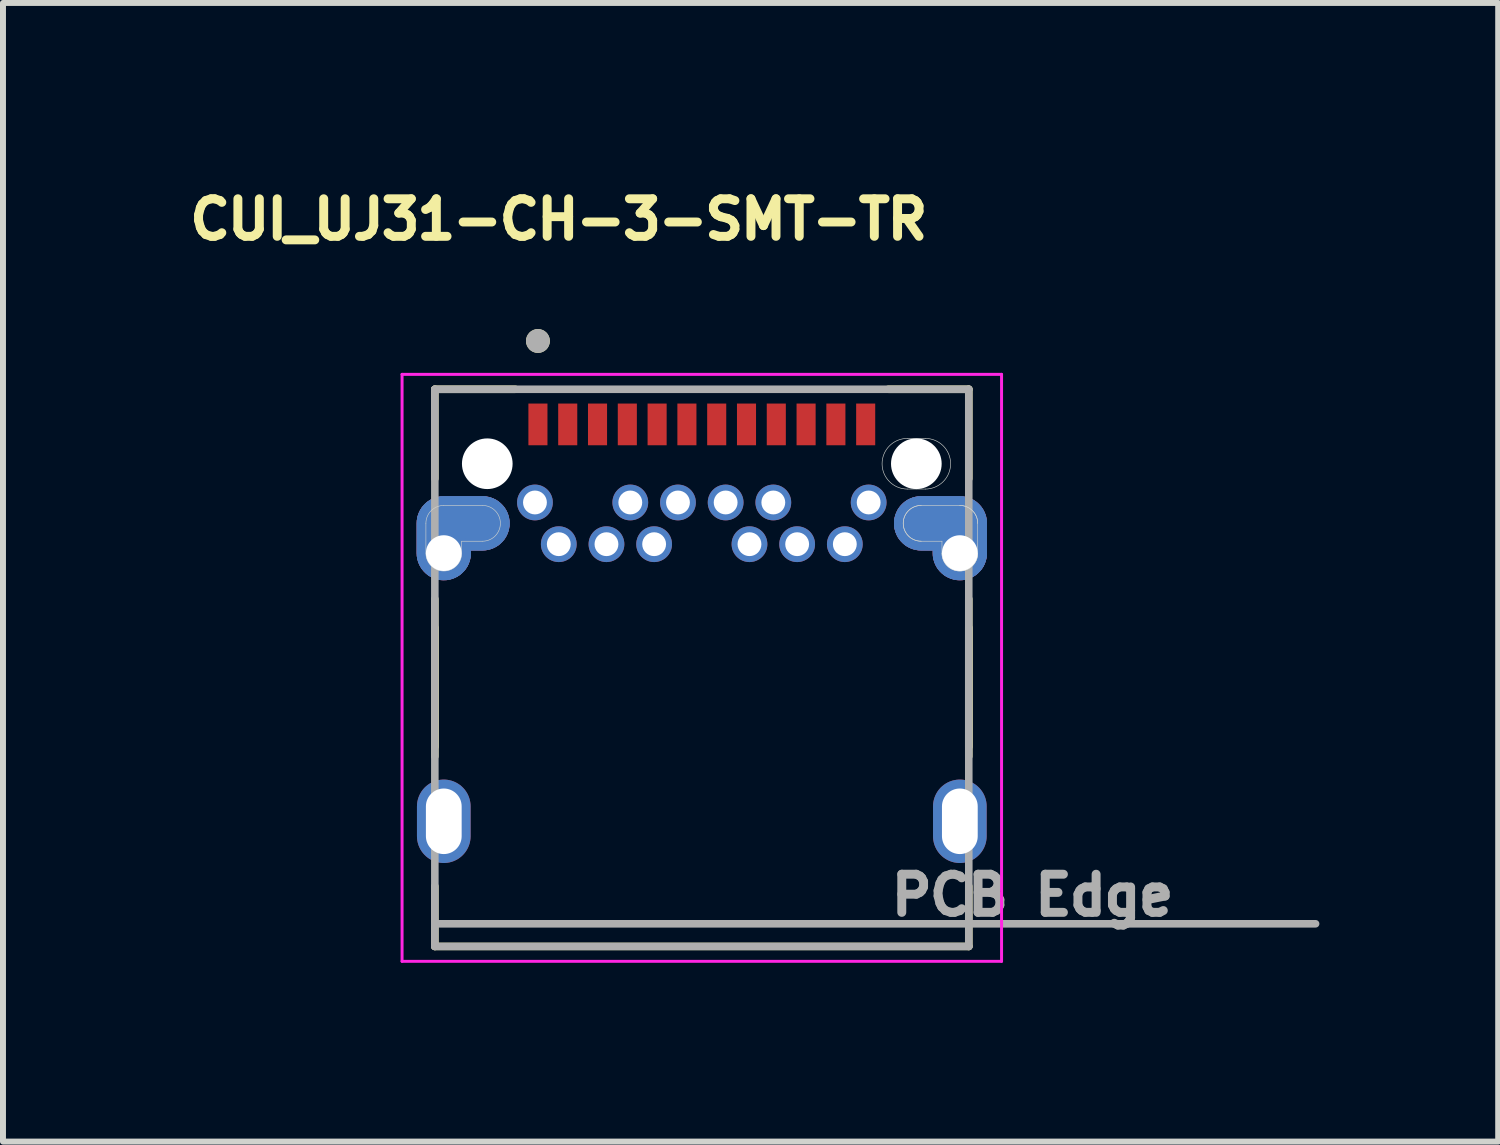
<source format=kicad_pcb>
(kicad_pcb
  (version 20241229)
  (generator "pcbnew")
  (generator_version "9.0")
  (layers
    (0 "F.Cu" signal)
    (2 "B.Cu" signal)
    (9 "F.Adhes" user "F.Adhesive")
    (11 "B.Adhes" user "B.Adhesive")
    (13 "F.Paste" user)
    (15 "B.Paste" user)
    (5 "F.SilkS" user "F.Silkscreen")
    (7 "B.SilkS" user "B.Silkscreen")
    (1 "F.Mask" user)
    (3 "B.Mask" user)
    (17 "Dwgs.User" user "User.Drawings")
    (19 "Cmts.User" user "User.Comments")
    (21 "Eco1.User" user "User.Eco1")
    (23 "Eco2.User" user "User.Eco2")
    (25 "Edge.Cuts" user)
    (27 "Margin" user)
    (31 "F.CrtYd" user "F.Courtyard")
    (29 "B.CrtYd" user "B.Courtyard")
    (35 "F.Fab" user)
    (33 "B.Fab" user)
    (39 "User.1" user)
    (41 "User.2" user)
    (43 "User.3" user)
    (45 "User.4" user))
  (footprint "CUI_UJ31-CH-3-SMT-TR"
    (layer "F.Cu")
    (at 8.727 8.157)
    (property "Reference" "CUI_UJ31-CH-3-SMT-TR" (at -2.4 -7.525 0) (layer "F.SilkS") (effects (font (size 0.63 0.63) (thickness 0.15))))
    (attr through_hole)
    (fp_poly (pts (xy -3.68 -2.875) (xy -3.633 -2.873) (xy -3.586 -2.865) (xy -3.541 -2.853) (xy -3.497 -2.836) (xy -3.455 -2.815) (xy -3.415 -2.789) (xy -3.379 -2.759) (xy -3.346 -2.726) (xy -3.316 -2.69) (xy -3.29 -2.65) (xy -3.269 -2.608) (xy -3.252 -2.564) (xy -3.24 -2.519) (xy -3.232 -2.472) (xy -3.23 -2.425) (xy -3.232 -2.378) (xy -3.24 -2.331) (xy -3.252 -2.286) (xy -3.269 -2.242) (xy -3.29 -2.2) (xy -3.316 -2.16) (xy -3.346 -2.124) (xy -3.379 -2.091) (xy -3.415 -2.061) (xy -3.455 -2.035) (xy -3.497 -2.014) (xy -3.541 -1.997) (xy -3.586 -1.985) (xy -3.633 -1.977) (xy -3.68 -1.975) (xy -3.88 -1.975) (xy -3.88 -1.925) (xy -3.882 -1.878) (xy -3.89 -1.831) (xy -3.902 -1.786) (xy -3.919 -1.742) (xy -3.94 -1.7) (xy -3.966 -1.66) (xy -3.996 -1.624) (xy -4.029 -1.591) (xy -4.065 -1.561) (xy -4.105 -1.535) (xy -4.147 -1.514) (xy -4.191 -1.497) (xy -4.236 -1.485) (xy -4.283 -1.477) (xy -4.33 -1.475) (xy -4.377 -1.477) (xy -4.424 -1.485) (xy -4.469 -1.497) (xy -4.513 -1.514) (xy -4.555 -1.535) (xy -4.595 -1.561) (xy -4.631 -1.591) (xy -4.664 -1.624) (xy -4.694 -1.66) (xy -4.72 -1.7) (xy -4.741 -1.742) (xy -4.758 -1.786) (xy -4.77 -1.831) (xy -4.778 -1.878) (xy -4.78 -1.925) (xy -4.78 -2.425) (xy -4.779 -2.449) (xy -4.778 -2.472) (xy -4.774 -2.495) (xy -4.77 -2.519) (xy -4.765 -2.541) (xy -4.758 -2.564) (xy -4.75 -2.586) (xy -4.741 -2.608) (xy -4.731 -2.629) (xy -4.72 -2.65) (xy -4.707 -2.67) (xy -4.694 -2.69) (xy -4.68 -2.708) (xy -4.664 -2.726) (xy -4.648 -2.743) (xy -4.631 -2.759) (xy -4.613 -2.775) (xy -4.595 -2.789) (xy -4.575 -2.802) (xy -4.555 -2.815) (xy -4.534 -2.826) (xy -4.513 -2.836) (xy -4.491 -2.845) (xy -4.469 -2.853) (xy -4.446 -2.86) (xy -4.424 -2.865) (xy -4.4 -2.869) (xy -4.377 -2.873) (xy -4.354 -2.874) (xy -4.33 -2.875) (xy -3.68 -2.875)) (stroke (width 0.01) (type solid)) (fill yes) (layer "F.Cu"))
    (fp_poly (pts (xy -3.68 -2.875) (xy -3.633 -2.873) (xy -3.586 -2.865) (xy -3.541 -2.853) (xy -3.497 -2.836) (xy -3.455 -2.815) (xy -3.415 -2.789) (xy -3.379 -2.759) (xy -3.346 -2.726) (xy -3.316 -2.69) (xy -3.29 -2.65) (xy -3.269 -2.608) (xy -3.252 -2.564) (xy -3.24 -2.519) (xy -3.232 -2.472) (xy -3.23 -2.425) (xy -3.232 -2.378) (xy -3.24 -2.331) (xy -3.252 -2.286) (xy -3.269 -2.242) (xy -3.29 -2.2) (xy -3.316 -2.16) (xy -3.346 -2.124) (xy -3.379 -2.091) (xy -3.415 -2.061) (xy -3.455 -2.035) (xy -3.497 -2.014) (xy -3.541 -1.997) (xy -3.586 -1.985) (xy -3.633 -1.977) (xy -3.68 -1.975) (xy -3.88 -1.975) (xy -3.88 -1.925) (xy -3.882 -1.878) (xy -3.89 -1.831) (xy -3.902 -1.786) (xy -3.919 -1.742) (xy -3.94 -1.7) (xy -3.966 -1.66) (xy -3.996 -1.624) (xy -4.029 -1.591) (xy -4.065 -1.561) (xy -4.105 -1.535) (xy -4.147 -1.514) (xy -4.191 -1.497) (xy -4.236 -1.485) (xy -4.283 -1.477) (xy -4.33 -1.475) (xy -4.377 -1.477) (xy -4.424 -1.485) (xy -4.469 -1.497) (xy -4.513 -1.514) (xy -4.555 -1.535) (xy -4.595 -1.561) (xy -4.631 -1.591) (xy -4.664 -1.624) (xy -4.694 -1.66) (xy -4.72 -1.7) (xy -4.741 -1.742) (xy -4.758 -1.786) (xy -4.77 -1.831) (xy -4.778 -1.878) (xy -4.78 -1.925) (xy -4.78 -2.425) (xy -4.779 -2.449) (xy -4.778 -2.472) (xy -4.774 -2.495) (xy -4.77 -2.519) (xy -4.765 -2.541) (xy -4.758 -2.564) (xy -4.75 -2.586) (xy -4.741 -2.608) (xy -4.731 -2.629) (xy -4.72 -2.65) (xy -4.707 -2.67) (xy -4.694 -2.69) (xy -4.68 -2.708) (xy -4.664 -2.726) (xy -4.648 -2.743) (xy -4.631 -2.759) (xy -4.613 -2.775) (xy -4.595 -2.789) (xy -4.575 -2.802) (xy -4.555 -2.815) (xy -4.534 -2.826) (xy -4.513 -2.836) (xy -4.491 -2.845) (xy -4.469 -2.853) (xy -4.446 -2.86) (xy -4.424 -2.865) (xy -4.4 -2.869) (xy -4.377 -2.873) (xy -4.354 -2.874) (xy -4.33 -2.875) (xy -3.68 -2.875)) (stroke (width 0.01) (type solid)) (fill yes) (layer "F.Cu"))
    (fp_poly (pts (xy 3.68 -2.875) (xy 3.633 -2.873) (xy 3.586 -2.865) (xy 3.541 -2.853) (xy 3.497 -2.836) (xy 3.455 -2.815) (xy 3.415 -2.789) (xy 3.379 -2.759) (xy 3.346 -2.726) (xy 3.316 -2.69) (xy 3.29 -2.65) (xy 3.269 -2.608) (xy 3.252 -2.564) (xy 3.24 -2.519) (xy 3.232 -2.472) (xy 3.23 -2.425) (xy 3.232 -2.378) (xy 3.24 -2.331) (xy 3.252 -2.286) (xy 3.269 -2.242) (xy 3.29 -2.2) (xy 3.316 -2.16) (xy 3.346 -2.124) (xy 3.379 -2.091) (xy 3.415 -2.061) (xy 3.455 -2.035) (xy 3.497 -2.014) (xy 3.541 -1.997) (xy 3.586 -1.985) (xy 3.633 -1.977) (xy 3.68 -1.975) (xy 3.88 -1.975) (xy 3.88 -1.925) (xy 3.882 -1.878) (xy 3.89 -1.831) (xy 3.902 -1.786) (xy 3.919 -1.742) (xy 3.94 -1.7) (xy 3.966 -1.66) (xy 3.996 -1.624) (xy 4.029 -1.591) (xy 4.065 -1.561) (xy 4.105 -1.535) (xy 4.147 -1.514) (xy 4.191 -1.497) (xy 4.236 -1.485) (xy 4.283 -1.477) (xy 4.33 -1.475) (xy 4.377 -1.477) (xy 4.424 -1.485) (xy 4.469 -1.497) (xy 4.513 -1.514) (xy 4.555 -1.535) (xy 4.595 -1.561) (xy 4.631 -1.591) (xy 4.664 -1.624) (xy 4.694 -1.66) (xy 4.72 -1.7) (xy 4.741 -1.742) (xy 4.758 -1.786) (xy 4.77 -1.831) (xy 4.778 -1.878) (xy 4.78 -1.925) (xy 4.78 -2.425) (xy 4.779 -2.449) (xy 4.778 -2.472) (xy 4.774 -2.495) (xy 4.77 -2.519) (xy 4.765 -2.541) (xy 4.758 -2.564) (xy 4.75 -2.586) (xy 4.741 -2.608) (xy 4.731 -2.629) (xy 4.72 -2.65) (xy 4.707 -2.67) (xy 4.694 -2.69) (xy 4.68 -2.708) (xy 4.664 -2.726) (xy 4.648 -2.743) (xy 4.631 -2.759) (xy 4.613 -2.775) (xy 4.595 -2.789) (xy 4.575 -2.802) (xy 4.555 -2.815) (xy 4.534 -2.826) (xy 4.513 -2.836) (xy 4.491 -2.845) (xy 4.469 -2.853) (xy 4.446 -2.86) (xy 4.424 -2.865) (xy 4.4 -2.869) (xy 4.377 -2.873) (xy 4.354 -2.874) (xy 4.33 -2.875) (xy 3.68 -2.875)) (stroke (width 0.01) (type solid)) (fill yes) (layer "F.Cu"))
    (fp_poly (pts (xy 3.68 -2.875) (xy 3.633 -2.873) (xy 3.586 -2.865) (xy 3.541 -2.853) (xy 3.497 -2.836) (xy 3.455 -2.815) (xy 3.415 -2.789) (xy 3.379 -2.759) (xy 3.346 -2.726) (xy 3.316 -2.69) (xy 3.29 -2.65) (xy 3.269 -2.608) (xy 3.252 -2.564) (xy 3.24 -2.519) (xy 3.232 -2.472) (xy 3.23 -2.425) (xy 3.232 -2.378) (xy 3.24 -2.331) (xy 3.252 -2.286) (xy 3.269 -2.242) (xy 3.29 -2.2) (xy 3.316 -2.16) (xy 3.346 -2.124) (xy 3.379 -2.091) (xy 3.415 -2.061) (xy 3.455 -2.035) (xy 3.497 -2.014) (xy 3.541 -1.997) (xy 3.586 -1.985) (xy 3.633 -1.977) (xy 3.68 -1.975) (xy 3.88 -1.975) (xy 3.88 -1.925) (xy 3.882 -1.878) (xy 3.89 -1.831) (xy 3.902 -1.786) (xy 3.919 -1.742) (xy 3.94 -1.7) (xy 3.966 -1.66) (xy 3.996 -1.624) (xy 4.029 -1.591) (xy 4.065 -1.561) (xy 4.105 -1.535) (xy 4.147 -1.514) (xy 4.191 -1.497) (xy 4.236 -1.485) (xy 4.283 -1.477) (xy 4.33 -1.475) (xy 4.377 -1.477) (xy 4.424 -1.485) (xy 4.469 -1.497) (xy 4.513 -1.514) (xy 4.555 -1.535) (xy 4.595 -1.561) (xy 4.631 -1.591) (xy 4.664 -1.624) (xy 4.694 -1.66) (xy 4.72 -1.7) (xy 4.741 -1.742) (xy 4.758 -1.786) (xy 4.77 -1.831) (xy 4.778 -1.878) (xy 4.78 -1.925) (xy 4.78 -2.425) (xy 4.779 -2.449) (xy 4.778 -2.472) (xy 4.774 -2.495) (xy 4.77 -2.519) (xy 4.765 -2.541) (xy 4.758 -2.564) (xy 4.75 -2.586) (xy 4.741 -2.608) (xy 4.731 -2.629) (xy 4.72 -2.65) (xy 4.707 -2.67) (xy 4.694 -2.69) (xy 4.68 -2.708) (xy 4.664 -2.726) (xy 4.648 -2.743) (xy 4.631 -2.759) (xy 4.613 -2.775) (xy 4.595 -2.789) (xy 4.575 -2.802) (xy 4.555 -2.815) (xy 4.534 -2.826) (xy 4.513 -2.836) (xy 4.491 -2.845) (xy 4.469 -2.853) (xy 4.446 -2.86) (xy 4.424 -2.865) (xy 4.4 -2.869) (xy 4.377 -2.873) (xy 4.354 -2.874) (xy 4.33 -2.875) (xy 3.68 -2.875)) (stroke (width 0.01) (type solid)) (fill yes) (layer "F.Cu"))
    (fp_poly (pts (xy -3.68 -2.975) (xy -3.623 -2.972) (xy -3.566 -2.963) (xy -3.51 -2.948) (xy -3.456 -2.927) (xy -3.405 -2.901) (xy -3.357 -2.87) (xy -3.312 -2.834) (xy -3.271 -2.793) (xy -3.235 -2.748) (xy -3.204 -2.7) (xy -3.178 -2.649) (xy -3.157 -2.595) (xy -3.142 -2.539) (xy -3.133 -2.482) (xy -3.13 -2.425) (xy -3.133 -2.368) (xy -3.142 -2.311) (xy -3.157 -2.255) (xy -3.178 -2.201) (xy -3.204 -2.15) (xy -3.235 -2.102) (xy -3.271 -2.057) (xy -3.312 -2.016) (xy -3.357 -1.98) (xy -3.405 -1.949) (xy -3.456 -1.923) (xy -3.51 -1.902) (xy -3.566 -1.887) (xy -3.623 -1.878) (xy -3.68 -1.875) (xy -3.78 -1.875) (xy -3.786 -1.814) (xy -3.798 -1.758) (xy -3.816 -1.703) (xy -3.839 -1.65) (xy -3.868 -1.6) (xy -3.902 -1.554) (xy -3.941 -1.511) (xy -3.984 -1.472) (xy -4.03 -1.438) (xy -4.08 -1.409) (xy -4.133 -1.386) (xy -4.188 -1.368) (xy -4.244 -1.356) (xy -4.301 -1.35) (xy -4.359 -1.35) (xy -4.416 -1.356) (xy -4.472 -1.368) (xy -4.527 -1.386) (xy -4.58 -1.409) (xy -4.63 -1.438) (xy -4.676 -1.472) (xy -4.719 -1.511) (xy -4.758 -1.554) (xy -4.792 -1.6) (xy -4.821 -1.65) (xy -4.844 -1.703) (xy -4.862 -1.758) (xy -4.874 -1.814) (xy -4.88 -1.871) (xy -4.88 -1.925) (xy -4.88 -2.425) (xy -4.879 -2.454) (xy -4.877 -2.482) (xy -4.873 -2.511) (xy -4.868 -2.539) (xy -4.861 -2.567) (xy -4.853 -2.595) (xy -4.843 -2.622) (xy -4.832 -2.649) (xy -4.82 -2.675) (xy -4.806 -2.7) (xy -4.791 -2.725) (xy -4.775 -2.748) (xy -4.757 -2.771) (xy -4.739 -2.793) (xy -4.719 -2.814) (xy -4.698 -2.834) (xy -4.676 -2.852) (xy -4.653 -2.87) (xy -4.63 -2.886) (xy -4.605 -2.901) (xy -4.58 -2.915) (xy -4.554 -2.927) (xy -4.527 -2.938) (xy -4.5 -2.948) (xy -4.472 -2.956) (xy -4.444 -2.963) (xy -4.416 -2.968) (xy -4.387 -2.972) (xy -4.359 -2.974) (xy -4.33 -2.975) (xy -3.68 -2.975)) (stroke (width 0.01) (type solid)) (fill yes) (layer "F.Mask"))
    (fp_poly (pts (xy 3.68 -2.975) (xy 3.623 -2.972) (xy 3.566 -2.963) (xy 3.51 -2.948) (xy 3.456 -2.927) (xy 3.405 -2.901) (xy 3.357 -2.87) (xy 3.312 -2.834) (xy 3.271 -2.793) (xy 3.235 -2.748) (xy 3.204 -2.7) (xy 3.178 -2.649) (xy 3.157 -2.595) (xy 3.142 -2.539) (xy 3.133 -2.482) (xy 3.13 -2.425) (xy 3.133 -2.368) (xy 3.142 -2.311) (xy 3.157 -2.255) (xy 3.178 -2.201) (xy 3.204 -2.15) (xy 3.235 -2.102) (xy 3.271 -2.057) (xy 3.312 -2.016) (xy 3.357 -1.98) (xy 3.405 -1.949) (xy 3.456 -1.923) (xy 3.51 -1.902) (xy 3.566 -1.887) (xy 3.623 -1.878) (xy 3.68 -1.875) (xy 3.78 -1.875) (xy 3.786 -1.814) (xy 3.798 -1.758) (xy 3.816 -1.703) (xy 3.839 -1.65) (xy 3.868 -1.6) (xy 3.902 -1.554) (xy 3.941 -1.511) (xy 3.984 -1.472) (xy 4.03 -1.438) (xy 4.08 -1.409) (xy 4.133 -1.386) (xy 4.188 -1.368) (xy 4.244 -1.356) (xy 4.301 -1.35) (xy 4.359 -1.35) (xy 4.416 -1.356) (xy 4.472 -1.368) (xy 4.527 -1.386) (xy 4.58 -1.409) (xy 4.63 -1.438) (xy 4.676 -1.472) (xy 4.719 -1.511) (xy 4.758 -1.554) (xy 4.792 -1.6) (xy 4.821 -1.65) (xy 4.844 -1.703) (xy 4.862 -1.758) (xy 4.874 -1.814) (xy 4.88 -1.871) (xy 4.88 -1.925) (xy 4.88 -2.425) (xy 4.879 -2.454) (xy 4.877 -2.482) (xy 4.873 -2.511) (xy 4.868 -2.539) (xy 4.861 -2.567) (xy 4.853 -2.595) (xy 4.843 -2.622) (xy 4.832 -2.649) (xy 4.82 -2.675) (xy 4.806 -2.7) (xy 4.791 -2.725) (xy 4.775 -2.748) (xy 4.757 -2.771) (xy 4.739 -2.793) (xy 4.719 -2.814) (xy 4.698 -2.834) (xy 4.676 -2.852) (xy 4.653 -2.87) (xy 4.63 -2.886) (xy 4.605 -2.901) (xy 4.58 -2.915) (xy 4.554 -2.927) (xy 4.527 -2.938) (xy 4.5 -2.948) (xy 4.472 -2.956) (xy 4.444 -2.963) (xy 4.416 -2.968) (xy 4.387 -2.972) (xy 4.359 -2.974) (xy 4.33 -2.975) (xy 3.68 -2.975)) (stroke (width 0.01) (type solid)) (fill yes) (layer "F.Mask"))
    (fp_poly (pts (xy -3.68 -2.875) (xy -3.633 -2.873) (xy -3.586 -2.865) (xy -3.541 -2.853) (xy -3.497 -2.836) (xy -3.455 -2.815) (xy -3.415 -2.789) (xy -3.379 -2.759) (xy -3.346 -2.726) (xy -3.316 -2.69) (xy -3.29 -2.65) (xy -3.269 -2.608) (xy -3.252 -2.564) (xy -3.24 -2.519) (xy -3.232 -2.472) (xy -3.23 -2.425) (xy -3.232 -2.378) (xy -3.24 -2.331) (xy -3.252 -2.286) (xy -3.269 -2.242) (xy -3.29 -2.2) (xy -3.316 -2.16) (xy -3.346 -2.124) (xy -3.379 -2.091) (xy -3.415 -2.061) (xy -3.455 -2.035) (xy -3.497 -2.014) (xy -3.541 -1.997) (xy -3.586 -1.985) (xy -3.633 -1.977) (xy -3.68 -1.975) (xy -3.88 -1.975) (xy -3.88 -1.925) (xy -3.882 -1.878) (xy -3.89 -1.831) (xy -3.902 -1.786) (xy -3.919 -1.742) (xy -3.94 -1.7) (xy -3.966 -1.66) (xy -3.996 -1.624) (xy -4.029 -1.591) (xy -4.065 -1.561) (xy -4.105 -1.535) (xy -4.147 -1.514) (xy -4.191 -1.497) (xy -4.236 -1.485) (xy -4.283 -1.477) (xy -4.33 -1.475) (xy -4.377 -1.477) (xy -4.424 -1.485) (xy -4.469 -1.497) (xy -4.513 -1.514) (xy -4.555 -1.535) (xy -4.595 -1.561) (xy -4.631 -1.591) (xy -4.664 -1.624) (xy -4.694 -1.66) (xy -4.72 -1.7) (xy -4.741 -1.742) (xy -4.758 -1.786) (xy -4.77 -1.831) (xy -4.778 -1.878) (xy -4.78 -1.925) (xy -4.78 -2.425) (xy -4.779 -2.449) (xy -4.778 -2.472) (xy -4.774 -2.495) (xy -4.77 -2.519) (xy -4.765 -2.541) (xy -4.758 -2.564) (xy -4.75 -2.586) (xy -4.741 -2.608) (xy -4.731 -2.629) (xy -4.72 -2.65) (xy -4.707 -2.67) (xy -4.694 -2.69) (xy -4.68 -2.708) (xy -4.664 -2.726) (xy -4.648 -2.743) (xy -4.631 -2.759) (xy -4.613 -2.775) (xy -4.595 -2.789) (xy -4.575 -2.802) (xy -4.555 -2.815) (xy -4.534 -2.826) (xy -4.513 -2.836) (xy -4.491 -2.845) (xy -4.469 -2.853) (xy -4.446 -2.86) (xy -4.424 -2.865) (xy -4.4 -2.869) (xy -4.377 -2.873) (xy -4.354 -2.874) (xy -4.33 -2.875) (xy -3.68 -2.875)) (stroke (width 0.01) (type solid)) (fill yes) (layer "B.Cu"))
    (fp_poly (pts (xy -3.68 -2.875) (xy -3.633 -2.873) (xy -3.586 -2.865) (xy -3.541 -2.853) (xy -3.497 -2.836) (xy -3.455 -2.815) (xy -3.415 -2.789) (xy -3.379 -2.759) (xy -3.346 -2.726) (xy -3.316 -2.69) (xy -3.29 -2.65) (xy -3.269 -2.608) (xy -3.252 -2.564) (xy -3.24 -2.519) (xy -3.232 -2.472) (xy -3.23 -2.425) (xy -3.232 -2.378) (xy -3.24 -2.331) (xy -3.252 -2.286) (xy -3.269 -2.242) (xy -3.29 -2.2) (xy -3.316 -2.16) (xy -3.346 -2.124) (xy -3.379 -2.091) (xy -3.415 -2.061) (xy -3.455 -2.035) (xy -3.497 -2.014) (xy -3.541 -1.997) (xy -3.586 -1.985) (xy -3.633 -1.977) (xy -3.68 -1.975) (xy -3.88 -1.975) (xy -3.88 -1.925) (xy -3.882 -1.878) (xy -3.89 -1.831) (xy -3.902 -1.786) (xy -3.919 -1.742) (xy -3.94 -1.7) (xy -3.966 -1.66) (xy -3.996 -1.624) (xy -4.029 -1.591) (xy -4.065 -1.561) (xy -4.105 -1.535) (xy -4.147 -1.514) (xy -4.191 -1.497) (xy -4.236 -1.485) (xy -4.283 -1.477) (xy -4.33 -1.475) (xy -4.377 -1.477) (xy -4.424 -1.485) (xy -4.469 -1.497) (xy -4.513 -1.514) (xy -4.555 -1.535) (xy -4.595 -1.561) (xy -4.631 -1.591) (xy -4.664 -1.624) (xy -4.694 -1.66) (xy -4.72 -1.7) (xy -4.741 -1.742) (xy -4.758 -1.786) (xy -4.77 -1.831) (xy -4.778 -1.878) (xy -4.78 -1.925) (xy -4.78 -2.425) (xy -4.779 -2.449) (xy -4.778 -2.472) (xy -4.774 -2.495) (xy -4.77 -2.519) (xy -4.765 -2.541) (xy -4.758 -2.564) (xy -4.75 -2.586) (xy -4.741 -2.608) (xy -4.731 -2.629) (xy -4.72 -2.65) (xy -4.707 -2.67) (xy -4.694 -2.69) (xy -4.68 -2.708) (xy -4.664 -2.726) (xy -4.648 -2.743) (xy -4.631 -2.759) (xy -4.613 -2.775) (xy -4.595 -2.789) (xy -4.575 -2.802) (xy -4.555 -2.815) (xy -4.534 -2.826) (xy -4.513 -2.836) (xy -4.491 -2.845) (xy -4.469 -2.853) (xy -4.446 -2.86) (xy -4.424 -2.865) (xy -4.4 -2.869) (xy -4.377 -2.873) (xy -4.354 -2.874) (xy -4.33 -2.875) (xy -3.68 -2.875)) (stroke (width 0.01) (type solid)) (fill yes) (layer "B.Cu"))
    (fp_poly (pts (xy 3.68 -2.875) (xy 3.633 -2.873) (xy 3.586 -2.865) (xy 3.541 -2.853) (xy 3.497 -2.836) (xy 3.455 -2.815) (xy 3.415 -2.789) (xy 3.379 -2.759) (xy 3.346 -2.726) (xy 3.316 -2.69) (xy 3.29 -2.65) (xy 3.269 -2.608) (xy 3.252 -2.564) (xy 3.24 -2.519) (xy 3.232 -2.472) (xy 3.23 -2.425) (xy 3.232 -2.378) (xy 3.24 -2.331) (xy 3.252 -2.286) (xy 3.269 -2.242) (xy 3.29 -2.2) (xy 3.316 -2.16) (xy 3.346 -2.124) (xy 3.379 -2.091) (xy 3.415 -2.061) (xy 3.455 -2.035) (xy 3.497 -2.014) (xy 3.541 -1.997) (xy 3.586 -1.985) (xy 3.633 -1.977) (xy 3.68 -1.975) (xy 3.88 -1.975) (xy 3.88 -1.925) (xy 3.882 -1.878) (xy 3.89 -1.831) (xy 3.902 -1.786) (xy 3.919 -1.742) (xy 3.94 -1.7) (xy 3.966 -1.66) (xy 3.996 -1.624) (xy 4.029 -1.591) (xy 4.065 -1.561) (xy 4.105 -1.535) (xy 4.147 -1.514) (xy 4.191 -1.497) (xy 4.236 -1.485) (xy 4.283 -1.477) (xy 4.33 -1.475) (xy 4.377 -1.477) (xy 4.424 -1.485) (xy 4.469 -1.497) (xy 4.513 -1.514) (xy 4.555 -1.535) (xy 4.595 -1.561) (xy 4.631 -1.591) (xy 4.664 -1.624) (xy 4.694 -1.66) (xy 4.72 -1.7) (xy 4.741 -1.742) (xy 4.758 -1.786) (xy 4.77 -1.831) (xy 4.778 -1.878) (xy 4.78 -1.925) (xy 4.78 -2.425) (xy 4.779 -2.449) (xy 4.778 -2.472) (xy 4.774 -2.495) (xy 4.77 -2.519) (xy 4.765 -2.541) (xy 4.758 -2.564) (xy 4.75 -2.586) (xy 4.741 -2.608) (xy 4.731 -2.629) (xy 4.72 -2.65) (xy 4.707 -2.67) (xy 4.694 -2.69) (xy 4.68 -2.708) (xy 4.664 -2.726) (xy 4.648 -2.743) (xy 4.631 -2.759) (xy 4.613 -2.775) (xy 4.595 -2.789) (xy 4.575 -2.802) (xy 4.555 -2.815) (xy 4.534 -2.826) (xy 4.513 -2.836) (xy 4.491 -2.845) (xy 4.469 -2.853) (xy 4.446 -2.86) (xy 4.424 -2.865) (xy 4.4 -2.869) (xy 4.377 -2.873) (xy 4.354 -2.874) (xy 4.33 -2.875) (xy 3.68 -2.875)) (stroke (width 0.01) (type solid)) (fill yes) (layer "B.Cu"))
    (fp_poly (pts (xy 3.68 -2.875) (xy 3.633 -2.873) (xy 3.586 -2.865) (xy 3.541 -2.853) (xy 3.497 -2.836) (xy 3.455 -2.815) (xy 3.415 -2.789) (xy 3.379 -2.759) (xy 3.346 -2.726) (xy 3.316 -2.69) (xy 3.29 -2.65) (xy 3.269 -2.608) (xy 3.252 -2.564) (xy 3.24 -2.519) (xy 3.232 -2.472) (xy 3.23 -2.425) (xy 3.232 -2.378) (xy 3.24 -2.331) (xy 3.252 -2.286) (xy 3.269 -2.242) (xy 3.29 -2.2) (xy 3.316 -2.16) (xy 3.346 -2.124) (xy 3.379 -2.091) (xy 3.415 -2.061) (xy 3.455 -2.035) (xy 3.497 -2.014) (xy 3.541 -1.997) (xy 3.586 -1.985) (xy 3.633 -1.977) (xy 3.68 -1.975) (xy 3.88 -1.975) (xy 3.88 -1.925) (xy 3.882 -1.878) (xy 3.89 -1.831) (xy 3.902 -1.786) (xy 3.919 -1.742) (xy 3.94 -1.7) (xy 3.966 -1.66) (xy 3.996 -1.624) (xy 4.029 -1.591) (xy 4.065 -1.561) (xy 4.105 -1.535) (xy 4.147 -1.514) (xy 4.191 -1.497) (xy 4.236 -1.485) (xy 4.283 -1.477) (xy 4.33 -1.475) (xy 4.377 -1.477) (xy 4.424 -1.485) (xy 4.469 -1.497) (xy 4.513 -1.514) (xy 4.555 -1.535) (xy 4.595 -1.561) (xy 4.631 -1.591) (xy 4.664 -1.624) (xy 4.694 -1.66) (xy 4.72 -1.7) (xy 4.741 -1.742) (xy 4.758 -1.786) (xy 4.77 -1.831) (xy 4.778 -1.878) (xy 4.78 -1.925) (xy 4.78 -2.425) (xy 4.779 -2.449) (xy 4.778 -2.472) (xy 4.774 -2.495) (xy 4.77 -2.519) (xy 4.765 -2.541) (xy 4.758 -2.564) (xy 4.75 -2.586) (xy 4.741 -2.608) (xy 4.731 -2.629) (xy 4.72 -2.65) (xy 4.707 -2.67) (xy 4.694 -2.69) (xy 4.68 -2.708) (xy 4.664 -2.726) (xy 4.648 -2.743) (xy 4.631 -2.759) (xy 4.613 -2.775) (xy 4.595 -2.789) (xy 4.575 -2.802) (xy 4.555 -2.815) (xy 4.534 -2.826) (xy 4.513 -2.836) (xy 4.491 -2.845) (xy 4.469 -2.853) (xy 4.446 -2.86) (xy 4.424 -2.865) (xy 4.4 -2.869) (xy 4.377 -2.873) (xy 4.354 -2.874) (xy 4.33 -2.875) (xy 3.68 -2.875)) (stroke (width 0.01) (type solid)) (fill yes) (layer "B.Cu"))
    (fp_poly (pts (xy -3.68 -2.975) (xy -3.623 -2.972) (xy -3.566 -2.963) (xy -3.51 -2.948) (xy -3.456 -2.927) (xy -3.405 -2.901) (xy -3.357 -2.87) (xy -3.312 -2.834) (xy -3.271 -2.793) (xy -3.235 -2.748) (xy -3.204 -2.7) (xy -3.178 -2.649) (xy -3.157 -2.595) (xy -3.142 -2.539) (xy -3.133 -2.482) (xy -3.13 -2.425) (xy -3.133 -2.368) (xy -3.142 -2.311) (xy -3.157 -2.255) (xy -3.178 -2.201) (xy -3.204 -2.15) (xy -3.235 -2.102) (xy -3.271 -2.057) (xy -3.312 -2.016) (xy -3.357 -1.98) (xy -3.405 -1.949) (xy -3.456 -1.923) (xy -3.51 -1.902) (xy -3.566 -1.887) (xy -3.623 -1.878) (xy -3.68 -1.875) (xy -3.78 -1.875) (xy -3.786 -1.814) (xy -3.798 -1.758) (xy -3.816 -1.703) (xy -3.839 -1.65) (xy -3.868 -1.6) (xy -3.902 -1.554) (xy -3.941 -1.511) (xy -3.984 -1.472) (xy -4.03 -1.438) (xy -4.08 -1.409) (xy -4.133 -1.386) (xy -4.188 -1.368) (xy -4.244 -1.356) (xy -4.301 -1.35) (xy -4.359 -1.35) (xy -4.416 -1.356) (xy -4.472 -1.368) (xy -4.527 -1.386) (xy -4.58 -1.409) (xy -4.63 -1.438) (xy -4.676 -1.472) (xy -4.719 -1.511) (xy -4.758 -1.554) (xy -4.792 -1.6) (xy -4.821 -1.65) (xy -4.844 -1.703) (xy -4.862 -1.758) (xy -4.874 -1.814) (xy -4.88 -1.871) (xy -4.88 -1.925) (xy -4.88 -2.425) (xy -4.879 -2.454) (xy -4.877 -2.482) (xy -4.873 -2.511) (xy -4.868 -2.539) (xy -4.861 -2.567) (xy -4.853 -2.595) (xy -4.843 -2.622) (xy -4.832 -2.649) (xy -4.82 -2.675) (xy -4.806 -2.7) (xy -4.791 -2.725) (xy -4.775 -2.748) (xy -4.757 -2.771) (xy -4.739 -2.793) (xy -4.719 -2.814) (xy -4.698 -2.834) (xy -4.676 -2.852) (xy -4.653 -2.87) (xy -4.63 -2.886) (xy -4.605 -2.901) (xy -4.58 -2.915) (xy -4.554 -2.927) (xy -4.527 -2.938) (xy -4.5 -2.948) (xy -4.472 -2.956) (xy -4.444 -2.963) (xy -4.416 -2.968) (xy -4.387 -2.972) (xy -4.359 -2.974) (xy -4.33 -2.975) (xy -3.68 -2.975)) (stroke (width 0.01) (type solid)) (fill yes) (layer "B.Mask"))
    (fp_poly (pts (xy 3.68 -2.975) (xy 3.623 -2.972) (xy 3.566 -2.963) (xy 3.51 -2.948) (xy 3.456 -2.927) (xy 3.405 -2.901) (xy 3.357 -2.87) (xy 3.312 -2.834) (xy 3.271 -2.793) (xy 3.235 -2.748) (xy 3.204 -2.7) (xy 3.178 -2.649) (xy 3.157 -2.595) (xy 3.142 -2.539) (xy 3.133 -2.482) (xy 3.13 -2.425) (xy 3.133 -2.368) (xy 3.142 -2.311) (xy 3.157 -2.255) (xy 3.178 -2.201) (xy 3.204 -2.15) (xy 3.235 -2.102) (xy 3.271 -2.057) (xy 3.312 -2.016) (xy 3.357 -1.98) (xy 3.405 -1.949) (xy 3.456 -1.923) (xy 3.51 -1.902) (xy 3.566 -1.887) (xy 3.623 -1.878) (xy 3.68 -1.875) (xy 3.78 -1.875) (xy 3.786 -1.814) (xy 3.798 -1.758) (xy 3.816 -1.703) (xy 3.839 -1.65) (xy 3.868 -1.6) (xy 3.902 -1.554) (xy 3.941 -1.511) (xy 3.984 -1.472) (xy 4.03 -1.438) (xy 4.08 -1.409) (xy 4.133 -1.386) (xy 4.188 -1.368) (xy 4.244 -1.356) (xy 4.301 -1.35) (xy 4.359 -1.35) (xy 4.416 -1.356) (xy 4.472 -1.368) (xy 4.527 -1.386) (xy 4.58 -1.409) (xy 4.63 -1.438) (xy 4.676 -1.472) (xy 4.719 -1.511) (xy 4.758 -1.554) (xy 4.792 -1.6) (xy 4.821 -1.65) (xy 4.844 -1.703) (xy 4.862 -1.758) (xy 4.874 -1.814) (xy 4.88 -1.871) (xy 4.88 -1.925) (xy 4.88 -2.425) (xy 4.879 -2.454) (xy 4.877 -2.482) (xy 4.873 -2.511) (xy 4.868 -2.539) (xy 4.861 -2.567) (xy 4.853 -2.595) (xy 4.843 -2.622) (xy 4.832 -2.649) (xy 4.82 -2.675) (xy 4.806 -2.7) (xy 4.791 -2.725) (xy 4.775 -2.748) (xy 4.757 -2.771) (xy 4.739 -2.793) (xy 4.719 -2.814) (xy 4.698 -2.834) (xy 4.676 -2.852) (xy 4.653 -2.87) (xy 4.63 -2.886) (xy 4.605 -2.901) (xy 4.58 -2.915) (xy 4.554 -2.927) (xy 4.527 -2.938) (xy 4.5 -2.948) (xy 4.472 -2.956) (xy 4.444 -2.963) (xy 4.416 -2.968) (xy 4.387 -2.972) (xy 4.359 -2.974) (xy 4.33 -2.975) (xy 3.68 -2.975)) (stroke (width 0.01) (type solid)) (fill yes) (layer "B.Mask"))
    (fp_line (start -4.48 -4.675) (end -4.48 -3.175) (stroke (width 0.127) (type solid)) (layer "F.SilkS"))
    (fp_line (start -4.48 -4.675) (end -3.13 -4.675) (stroke (width 0.127) (type solid)) (layer "F.SilkS"))
    (fp_line (start -4.48 -1.155) (end -4.48 1.485) (stroke (width 0.127) (type solid)) (layer "F.SilkS"))
    (fp_line (start -4.48 -0.675) (end -4.48 1.325) (stroke (width 0.127) (type solid)) (layer "F.SilkS"))
    (fp_line (start -4.48 3.665) (end -4.48 4.675) (stroke (width 0.127) (type solid)) (layer "F.SilkS"))
    (fp_line (start 3.13 -4.675) (end 4.48 -4.675) (stroke (width 0.127) (type solid)) (layer "F.SilkS"))
    (fp_line (start 4.48 -4.675) (end 4.48 -3.175) (stroke (width 0.127) (type solid)) (layer "F.SilkS"))
    (fp_line (start 4.48 -1.155) (end 4.48 1.485) (stroke (width 0.127) (type solid)) (layer "F.SilkS"))
    (fp_line (start 4.48 1.325) (end 4.48 -0.675) (stroke (width 0.127) (type solid)) (layer "F.SilkS"))
    (fp_line (start 4.48 4.675) (end -4.48 4.675) (stroke (width 0.127) (type solid)) (layer "F.SilkS"))
    (fp_line (start 4.48 4.675) (end 4.48 3.665) (stroke (width 0.127) (type solid)) (layer "F.SilkS"))
    (fp_circle (center -2.75 -5.485) (end -2.65 -5.485) (stroke (width 0.2) (type solid)) (fill no) (layer "F.SilkS"))
    (fp_line (start -4.63 -1.925) (end -4.63 -2.425) (stroke (width 0.01) (type solid)) (layer "Edge.Cuts"))
    (fp_line (start -4.33 -2.725) (end -3.68 -2.725) (stroke (width 0.01) (type solid)) (layer "Edge.Cuts"))
    (fp_line (start -4.03 -2.125) (end -4.03 -1.925) (stroke (width 0.01) (type solid)) (layer "Edge.Cuts"))
    (fp_line (start -3.68 -2.125) (end -4.03 -2.125) (stroke (width 0.01) (type solid)) (layer "Edge.Cuts"))
    (fp_line (start 3.45 -3.85) (end 3.75 -3.85) (stroke (width 0.01) (type solid)) (layer "Edge.Cuts"))
    (fp_line (start 3.45 -3) (end 3.75 -3) (stroke (width 0.01) (type solid)) (layer "Edge.Cuts"))
    (fp_line (start 3.68 -2.725) (end 4.33 -2.725) (stroke (width 0.01) (type solid)) (layer "Edge.Cuts"))
    (fp_line (start 4.03 -2.125) (end 3.68 -2.125) (stroke (width 0.01) (type solid)) (layer "Edge.Cuts"))
    (fp_line (start 4.03 -2.125) (end 4.03 -1.925) (stroke (width 0.01) (type solid)) (layer "Edge.Cuts"))
    (fp_line (start 4.63 -1.925) (end 4.63 -2.425) (stroke (width 0.01) (type solid)) (layer "Edge.Cuts"))
    (fp_arc (start -4.63 -2.425) (mid -4.542132 -2.637132) (end -4.33 -2.725) (stroke (width 0.01) (type solid)) (layer "Edge.Cuts"))
    (fp_arc (start -4.03 -1.925) (mid -4.33 -1.625) (end -4.63 -1.925) (stroke (width 0.01) (type solid)) (layer "Edge.Cuts"))
    (fp_arc (start -3.68 -2.725) (mid -3.38 -2.425) (end -3.68 -2.125) (stroke (width 0.01) (type solid)) (layer "Edge.Cuts"))
    (fp_arc (start 3.45 -3) (mid 3.025 -3.425) (end 3.45 -3.85) (stroke (width 0.01) (type solid)) (layer "Edge.Cuts"))
    (fp_arc (start 3.68 -2.125) (mid 3.38 -2.425) (end 3.68 -2.725) (stroke (width 0.01) (type solid)) (layer "Edge.Cuts"))
    (fp_arc (start 3.68 -2.125) (mid 3.38 -2.425) (end 3.68 -2.725) (stroke (width 0.01) (type solid)) (layer "Edge.Cuts"))
    (fp_arc (start 3.75 -3.85) (mid 4.175 -3.425) (end 3.75 -3) (stroke (width 0.01) (type solid)) (layer "Edge.Cuts"))
    (fp_arc (start 4.33 -2.725) (mid 4.542132 -2.637132) (end 4.63 -2.425) (stroke (width 0.01) (type solid)) (layer "Edge.Cuts"))
    (fp_arc (start 4.33 -2.725) (mid 4.542132 -2.637132) (end 4.63 -2.425) (stroke (width 0.01) (type solid)) (layer "Edge.Cuts"))
    (fp_arc (start 4.63 -1.925) (mid 4.33 -1.625) (end 4.03 -1.925) (stroke (width 0.01) (type solid)) (layer "Edge.Cuts"))
    (fp_arc (start 4.63 -1.925) (mid 4.33 -1.625) (end 4.03 -1.925) (stroke (width 0.01) (type solid)) (layer "Edge.Cuts"))
    (fp_line (start -5.03 -4.925) (end -5.03 4.925) (stroke (width 0.05) (type solid)) (layer "F.CrtYd"))
    (fp_line (start -5.03 4.925) (end 5.03 4.925) (stroke (width 0.05) (type solid)) (layer "F.CrtYd"))
    (fp_line (start 5.03 -4.925) (end -5.03 -4.925) (stroke (width 0.05) (type solid)) (layer "F.CrtYd"))
    (fp_line (start 5.03 4.925) (end 5.03 -4.925) (stroke (width 0.05) (type solid)) (layer "F.CrtYd"))
    (fp_line (start -4.48 -4.675) (end 4.48 -4.675) (stroke (width 0.127) (type solid)) (layer "F.Fab"))
    (fp_line (start -4.48 4.295) (end -4.48 -4.675) (stroke (width 0.127) (type solid)) (layer "F.Fab"))
    (fp_line (start -4.48 4.295) (end 10.3 4.295) (stroke (width 0.127) (type solid)) (layer "F.Fab"))
    (fp_line (start -4.48 4.675) (end -4.48 4.295) (stroke (width 0.127) (type solid)) (layer "F.Fab"))
    (fp_line (start 4.48 -4.675) (end 4.48 4.675) (stroke (width 0.127) (type solid)) (layer "F.Fab"))
    (fp_line (start 4.48 4.675) (end -4.48 4.675) (stroke (width 0.127) (type solid)) (layer "F.Fab"))
    (fp_circle (center -2.75 -5.485) (end -2.65 -5.485) (stroke (width 0.2) (type solid)) (fill no) (layer "F.Fab"))
    (fp_text user "PCB Edge" (at 5.55 3.815 0) (layer "F.Fab") (effects (font (size 0.64 0.64) (thickness 0.15))))
    (pad "" np_thru_hole circle (at -3.6 -3.425) (size 0.85 0.85) (drill 0.85) (layers "*.Cu" "*.Mask"))
    (pad "" np_thru_hole circle (at 3.6 -3.425) (size 0.85 0.85) (drill 0.85) (layers "*.Cu" "*.Mask"))
    (pad "A1" smd rect (at -2.75 -4.085) (size 0.32 0.7) (layers "F.Cu" "F.Mask" "F.Paste"))
    (pad "A2" smd rect (at -2.25 -4.085) (size 0.32 0.7) (layers "F.Cu" "F.Mask" "F.Paste"))
    (pad "A3" smd rect (at -1.75 -4.085) (size 0.32 0.7) (layers "F.Cu" "F.Mask" "F.Paste"))
    (pad "A4" smd rect (at -1.25 -4.085) (size 0.32 0.7) (layers "F.Cu" "F.Mask" "F.Paste"))
    (pad "A5" smd rect (at -0.75 -4.085) (size 0.32 0.7) (layers "F.Cu" "F.Mask" "F.Paste"))
    (pad "A6" smd rect (at -0.25 -4.085) (size 0.32 0.7) (layers "F.Cu" "F.Mask" "F.Paste"))
    (pad "A7" smd rect (at 0.25 -4.085) (size 0.32 0.7) (layers "F.Cu" "F.Mask" "F.Paste"))
    (pad "A8" smd rect (at 0.75 -4.085) (size 0.32 0.7) (layers "F.Cu" "F.Mask" "F.Paste"))
    (pad "A9" smd rect (at 1.25 -4.085) (size 0.32 0.7) (layers "F.Cu" "F.Mask" "F.Paste"))
    (pad "A10" smd rect (at 1.75 -4.085) (size 0.32 0.7) (layers "F.Cu" "F.Mask" "F.Paste"))
    (pad "A11" smd rect (at 2.25 -4.085) (size 0.32 0.7) (layers "F.Cu" "F.Mask" "F.Paste"))
    (pad "A12" smd rect (at 2.75 -4.085) (size 0.32 0.7) (layers "F.Cu" "F.Mask" "F.Paste"))
    (pad "B1" thru_hole circle (at 2.8 -2.775) (size 0.6 0.6) (drill 0.4) (layers "*.Cu" "*.Mask"))
    (pad "B2" thru_hole circle (at 2.4 -2.075) (size 0.6 0.6) (drill 0.4) (layers "*.Cu" "*.Mask"))
    (pad "B3" thru_hole circle (at 1.6 -2.075) (size 0.6 0.6) (drill 0.4) (layers "*.Cu" "*.Mask"))
    (pad "B4" thru_hole circle (at 1.2 -2.775) (size 0.6 0.6) (drill 0.4) (layers "*.Cu" "*.Mask"))
    (pad "B5" thru_hole circle (at 0.8 -2.075) (size 0.6 0.6) (drill 0.4) (layers "*.Cu" "*.Mask"))
    (pad "B6" thru_hole circle (at 0.4 -2.775) (size 0.6 0.6) (drill 0.4) (layers "*.Cu" "*.Mask"))
    (pad "B7" thru_hole circle (at -0.4 -2.775) (size 0.6 0.6) (drill 0.4) (layers "*.Cu" "*.Mask"))
    (pad "B8" thru_hole circle (at -0.8 -2.075) (size 0.6 0.6) (drill 0.4) (layers "*.Cu" "*.Mask"))
    (pad "B9" thru_hole circle (at -1.2 -2.775) (size 0.6 0.6) (drill 0.4) (layers "*.Cu" "*.Mask"))
    (pad "B10" thru_hole circle (at -1.6 -2.075) (size 0.6 0.6) (drill 0.4) (layers "*.Cu" "*.Mask"))
    (pad "B11" thru_hole circle (at -2.4 -2.075) (size 0.6 0.6) (drill 0.4) (layers "*.Cu" "*.Mask"))
    (pad "B12" thru_hole circle (at -2.8 -2.775) (size 0.6 0.6) (drill 0.4) (layers "*.Cu" "*.Mask"))
    (pad "SH1" thru_hole circle (at 4.33 -1.925) (size 0.9 0.9) (drill 0.6) (layers "*.Cu"))
    (pad "SH2" thru_hole circle (at -4.33 -1.925) (size 0.9 0.9) (drill 0.6) (layers "*.Cu"))
    (pad "SH3" thru_hole oval (at -4.33 2.575) (size 0.9 1.4) (drill oval 0.6 1.1) (layers "*.Cu" "*.Mask"))
    (pad "SH4" thru_hole oval (at 4.33 2.575) (size 0.9 1.4) (drill oval 0.6 1.1) (layers "*.Cu" "*.Mask")))
  (gr_rect
    (start -3 -3)
    (end 22.091 16.107)
    (stroke (width 0.1) (type default))
    (fill no)
    (layer "Edge.Cuts")))
</source>
